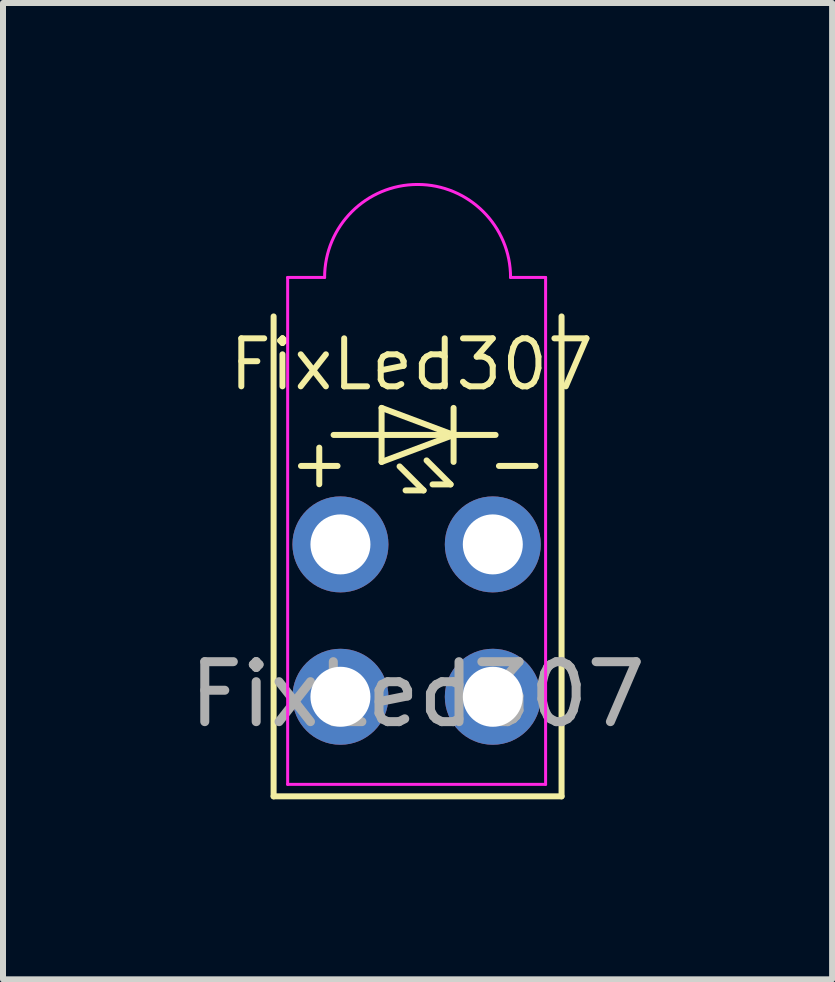
<source format=kicad_pcb>
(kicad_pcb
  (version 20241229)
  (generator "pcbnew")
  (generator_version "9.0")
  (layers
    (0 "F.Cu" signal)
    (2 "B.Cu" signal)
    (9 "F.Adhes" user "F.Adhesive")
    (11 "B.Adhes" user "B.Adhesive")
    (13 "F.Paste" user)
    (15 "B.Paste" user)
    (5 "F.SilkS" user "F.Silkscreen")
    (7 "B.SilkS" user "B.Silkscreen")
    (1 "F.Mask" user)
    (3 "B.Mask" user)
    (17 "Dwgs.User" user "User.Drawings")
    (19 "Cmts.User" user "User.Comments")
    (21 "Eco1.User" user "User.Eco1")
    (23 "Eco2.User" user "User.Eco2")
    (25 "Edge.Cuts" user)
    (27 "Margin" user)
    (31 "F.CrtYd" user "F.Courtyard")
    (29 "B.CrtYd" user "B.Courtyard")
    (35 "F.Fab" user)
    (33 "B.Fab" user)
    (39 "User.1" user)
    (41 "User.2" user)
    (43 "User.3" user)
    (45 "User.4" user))
  (footprint "FixLed307"
    (layer "F.Cu")
    (at 3.911 6.025)
    (property "Reference" "FixLed307" (at -0.1 -3 0) (unlocked yes) (layer "F.SilkS") (effects (font (size 0.8 0.8) (thickness 0.1))))
    (attr through_hole)
    (fp_line (start -2.4 4.2) (end -2.4 -3.8) (stroke (width 0.1) (type default)) (layer "F.SilkS"))
    (fp_line (start -0.6 -2.275) (end -0.6 -1.375) (stroke (width 0.1) (type default)) (layer "F.SilkS"))
    (fp_line (start -0.6 -1.375) (end 0.6 -1.825) (stroke (width 0.1) (type default)) (layer "F.SilkS"))
    (fp_line (start -0.3 -1.3) (end 0.1 -0.9) (stroke (width 0.1) (type default)) (layer "F.SilkS"))
    (fp_line (start 0.1 -0.9) (end -0.2 -0.9) (stroke (width 0.1) (type default)) (layer "F.SilkS"))
    (fp_line (start 0.15 -1.4) (end 0.55 -1) (stroke (width 0.1) (type default)) (layer "F.SilkS"))
    (fp_line (start 0.55 -1) (end 0.25 -1) (stroke (width 0.1) (type default)) (layer "F.SilkS"))
    (fp_line (start 0.6 -2.275) (end 0.6 -1.375) (stroke (width 0.1) (type default)) (layer "F.SilkS"))
    (fp_line (start 0.6 -1.825) (end -1.4 -1.825) (stroke (width 0.1) (type default)) (layer "F.SilkS"))
    (fp_line (start 0.6 -1.825) (end -0.6 -2.275) (stroke (width 0.1) (type default)) (layer "F.SilkS"))
    (fp_line (start 0.6 -1.825) (end 1.3 -1.825) (stroke (width 0.1) (type default)) (layer "F.SilkS"))
    (fp_line (start 2.4 -3.8) (end 2.4 4.2) (stroke (width 0.1) (type default)) (layer "F.SilkS"))
    (fp_line (start 2.4 4.2) (end -2.4 4.2) (stroke (width 0.1) (type default)) (layer "F.SilkS"))
    (fp_line (start -2.166 -4.45) (end -2.166 4) (stroke (width 0.05) (type default)) (layer "F.CrtYd"))
    (fp_line (start -2.166 4) (end 2.134 4) (stroke (width 0.05) (type default)) (layer "F.CrtYd"))
    (fp_line (start -1.55 -4.45) (end -2.166 -4.45) (stroke (width 0.05) (type default)) (layer "F.CrtYd"))
    (fp_line (start 2.134 -4.45) (end 1.55 -4.45) (stroke (width 0.05) (type default)) (layer "F.CrtYd"))
    (fp_line (start 2.134 4) (end 2.134 -4.45) (stroke (width 0.05) (type default)) (layer "F.CrtYd"))
    (fp_arc (start -1.55 -4.450005) (mid 0 -6) (end 1.55 -4.450005) (stroke (width 0.05) (type default)) (layer "F.CrtYd"))
    (fp_text user "-" (at 1.1 -0.9 0) (unlocked yes) (layer "F.SilkS") (effects (font (size 0.8 0.8) (thickness 0.1)) (justify left bottom)))
    (fp_text user "+" (at -2.2 -0.9 0) (unlocked yes) (layer "F.SilkS") (effects (font (size 0.8 0.8) (thickness 0.1)) (justify left bottom)))
    (fp_text user "${REFERENCE}" (at 0 2.5 0) (unlocked yes) (layer "F.Fab") (effects (font (size 1 1) (thickness 0.15))))
    (pad "1" thru_hole circle (at -1.286 0) (size 1.6 1.6) (drill 1) (layers "*.Cu" "*.Mask"))
    (pad "2" thru_hole circle (at 1.254 0) (size 1.6 1.6) (drill 1) (layers "*.Cu" "*.Mask"))
    (pad "3" thru_hole circle (at -1.286 2.54) (size 1.6 1.6) (drill 1) (layers "*.Cu" "*.Mask"))
    (pad "4" thru_hole circle (at 1.254 2.54) (size 1.6 1.6) (drill 1) (layers "*.Cu" "*.Mask")))
  (gr_rect
    (start -3 -3)
    (end 10.821 13.275)
    (stroke (width 0.1) (type default))
    (fill no)
    (layer "Edge.Cuts")))
</source>
